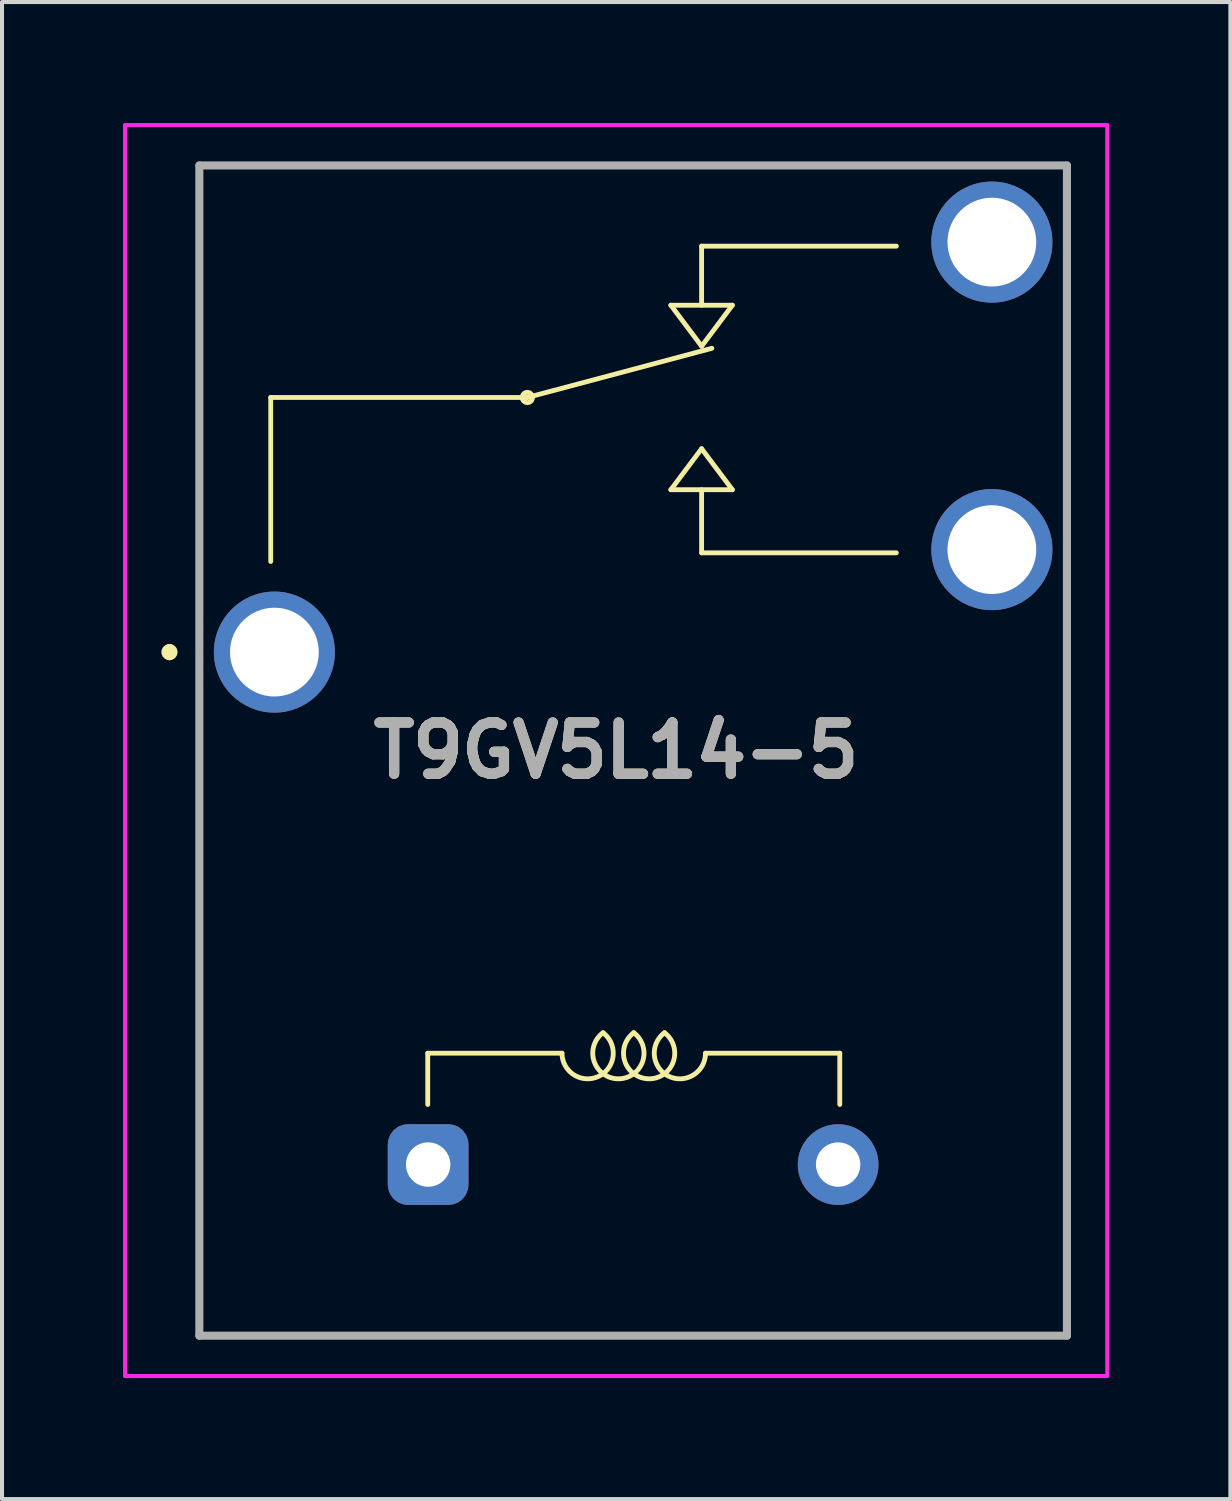
<source format=kicad_pcb>
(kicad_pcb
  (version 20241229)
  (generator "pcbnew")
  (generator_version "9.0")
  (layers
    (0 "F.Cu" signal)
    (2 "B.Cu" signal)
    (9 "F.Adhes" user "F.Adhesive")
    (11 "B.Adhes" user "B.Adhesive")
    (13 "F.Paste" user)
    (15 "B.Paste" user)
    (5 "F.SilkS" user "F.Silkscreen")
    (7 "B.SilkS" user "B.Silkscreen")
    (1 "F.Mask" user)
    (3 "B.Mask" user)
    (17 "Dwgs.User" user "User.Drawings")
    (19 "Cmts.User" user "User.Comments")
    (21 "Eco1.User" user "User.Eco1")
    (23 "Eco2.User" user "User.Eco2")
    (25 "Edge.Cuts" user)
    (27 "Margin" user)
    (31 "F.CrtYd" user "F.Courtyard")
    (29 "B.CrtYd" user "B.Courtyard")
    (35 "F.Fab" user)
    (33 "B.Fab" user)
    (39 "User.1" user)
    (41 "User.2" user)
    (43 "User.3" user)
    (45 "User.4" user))
  (footprint "T9GV5L14-5"
    (layer "F.Cu")
    (at 3.75 13.05)
    (property "Reference" "T9GV5L14-5" (at 8.47 2.5 0) (layer "F.SilkS") (effects (font (size 1.27 1.27) (thickness 0.254))))
    (attr through_hole)
    (fp_line (start -2.6 -0.04) (end -2.6 -0.04) (stroke (width 0.2) (type solid)) (layer "F.SilkS"))
    (fp_line (start -2.6 0.16) (end -2.6 0.16) (stroke (width 0.2) (type solid)) (layer "F.SilkS"))
    (fp_line (start -1.86 -12) (end 16.51 -12) (stroke (width 0.1) (type solid)) (layer "F.SilkS"))
    (fp_line (start -1.86 -1.84) (end -1.86 -12) (stroke (width 0.1) (type solid)) (layer "F.SilkS"))
    (fp_line (start -1.86 1.96) (end -1.86 17) (stroke (width 0.1) (type solid)) (layer "F.SilkS"))
    (fp_line (start -1.86 17) (end 19.64 17) (stroke (width 0.1) (type solid)) (layer "F.SilkS"))
    (fp_line (start -0.091 -6.25) (end -0.091 -2.186) (stroke (width 0.12) (type solid)) (layer "F.SilkS"))
    (fp_line (start 3.8 11.27) (end 3.8 10) (stroke (width 0.12) (type solid)) (layer "F.SilkS"))
    (fp_line (start 6.269 -6.25) (end -0.091 -6.25) (stroke (width 0.12) (type solid)) (layer "F.SilkS"))
    (fp_line (start 6.269 -6.25) (end 10.841 -7.469) (stroke (width 0.12) (type solid)) (layer "F.SilkS"))
    (fp_line (start 7.127 10) (end 3.8 10) (stroke (width 0.12) (type solid)) (layer "F.SilkS"))
    (fp_line (start 9.825 -3.964) (end 11.349 -3.964) (stroke (width 0.12) (type solid)) (layer "F.SilkS"))
    (fp_line (start 10.587 -10) (end 15.413 -10) (stroke (width 0.12) (type solid)) (layer "F.SilkS"))
    (fp_line (start 10.587 -8.536) (end 10.587 -10) (stroke (width 0.12) (type solid)) (layer "F.SilkS"))
    (fp_line (start 10.587 -7.52) (end 9.825 -8.536) (stroke (width 0.12) (type solid)) (layer "F.SilkS"))
    (fp_line (start 10.587 -4.98) (end 9.825 -3.964) (stroke (width 0.12) (type solid)) (layer "F.SilkS"))
    (fp_line (start 10.587 -2.4) (end 10.587 -3.964) (stroke (width 0.12) (type solid)) (layer "F.SilkS"))
    (fp_line (start 11.349 -8.536) (end 9.825 -8.536) (stroke (width 0.12) (type solid)) (layer "F.SilkS"))
    (fp_line (start 11.349 -8.536) (end 10.587 -7.52) (stroke (width 0.12) (type solid)) (layer "F.SilkS"))
    (fp_line (start 11.349 -3.964) (end 10.587 -4.98) (stroke (width 0.12) (type solid)) (layer "F.SilkS"))
    (fp_line (start 14.011 10) (end 10.683 10) (stroke (width 0.12) (type solid)) (layer "F.SilkS"))
    (fp_line (start 14.011 10) (end 14.011 11.27) (stroke (width 0.12) (type solid)) (layer "F.SilkS"))
    (fp_line (start 15.413 -2.4) (end 10.587 -2.4) (stroke (width 0.12) (type solid)) (layer "F.SilkS"))
    (fp_line (start 19.64 17) (end 19.64 0.06) (stroke (width 0.1) (type solid)) (layer "F.SilkS"))
    (fp_arc (start -2.6 -0.04) (mid -2.5 0.06) (end -2.6 0.16) (stroke (width 0.2) (type solid)) (layer "F.SilkS"))
    (fp_arc (start -2.6 0.16) (mid -2.7 0.06) (end -2.6 -0.04) (stroke (width 0.2) (type solid)) (layer "F.SilkS"))
    (fp_arc (start 8.143667 9.4922) (mid 8.046232 10.568036) (end 7.1274 10) (stroke (width 0.12) (type solid)) (layer "F.SilkS"))
    (fp_arc (start 8.905045 9.491735) (mid 8.524622 10.634999) (end 8.143399 9.492) (stroke (width 0.12) (type solid)) (layer "F.SilkS"))
    (fp_arc (start 9.667044 9.491734) (mid 9.286623 10.634999) (end 8.905398 9.491999) (stroke (width 0.12) (type solid)) (layer "F.SilkS"))
    (fp_arc (start 10.683397 9.999998) (mid 9.764571 10.568034) (end 9.66713 9.492198) (stroke (width 0.12) (type solid)) (layer "F.SilkS"))
    (fp_circle (center 6.269 -6.25) (end 6.396 -6.25) (stroke (width 0.12) (type solid)) (fill no) (layer "F.SilkS"))
    (fp_line (start -3.7 -13) (end 20.64 -13) (stroke (width 0.1) (type solid)) (layer "F.CrtYd"))
    (fp_line (start -3.7 18) (end -3.7 -13) (stroke (width 0.1) (type solid)) (layer "F.CrtYd"))
    (fp_line (start 20.64 -13) (end 20.64 18) (stroke (width 0.1) (type solid)) (layer "F.CrtYd"))
    (fp_line (start 20.64 18) (end -3.7 18) (stroke (width 0.1) (type solid)) (layer "F.CrtYd"))
    (fp_line (start -1.86 -12) (end 19.64 -12) (stroke (width 0.2) (type solid)) (layer "F.Fab"))
    (fp_line (start -1.86 17) (end -1.86 -12) (stroke (width 0.2) (type solid)) (layer "F.Fab"))
    (fp_line (start 19.64 -12) (end 19.64 17) (stroke (width 0.2) (type solid)) (layer "F.Fab"))
    (fp_line (start 19.64 17) (end -1.86 17) (stroke (width 0.2) (type solid)) (layer "F.Fab"))
    (fp_text user "${REFERENCE}" (at 8.47 2.5 0) (layer "F.Fab") (effects (font (size 1.27 1.27) (thickness 0.254))))
    (pad "11" thru_hole circle (at 0 0.06 270) (size 3 3) (drill 2.2) (layers "*.Cu" "*.Mask"))
    (pad "12" thru_hole circle (at 17.78 -10.1 270) (size 3 3) (drill 2.2) (layers "*.Cu" "*.Mask"))
    (pad "14" thru_hole circle (at 17.78 -2.48 270) (size 3 3) (drill 2.2) (layers "*.Cu" "*.Mask"))
    (pad "A1" thru_hole roundrect (at 3.81 12.76 270) (size 2 2) (drill 1.1) (layers "*.Cu" "*.Mask") (roundrect_rratio 0.25))
    (pad "A2" thru_hole circle (at 13.97 12.76 270) (size 2 2) (drill 1.1) (layers "*.Cu" "*.Mask")))
  (gr_rect
    (start -3 -3)
    (end 27.44 34.1)
    (stroke (width 0.1) (type default))
    (fill no)
    (layer "Edge.Cuts")))
</source>
